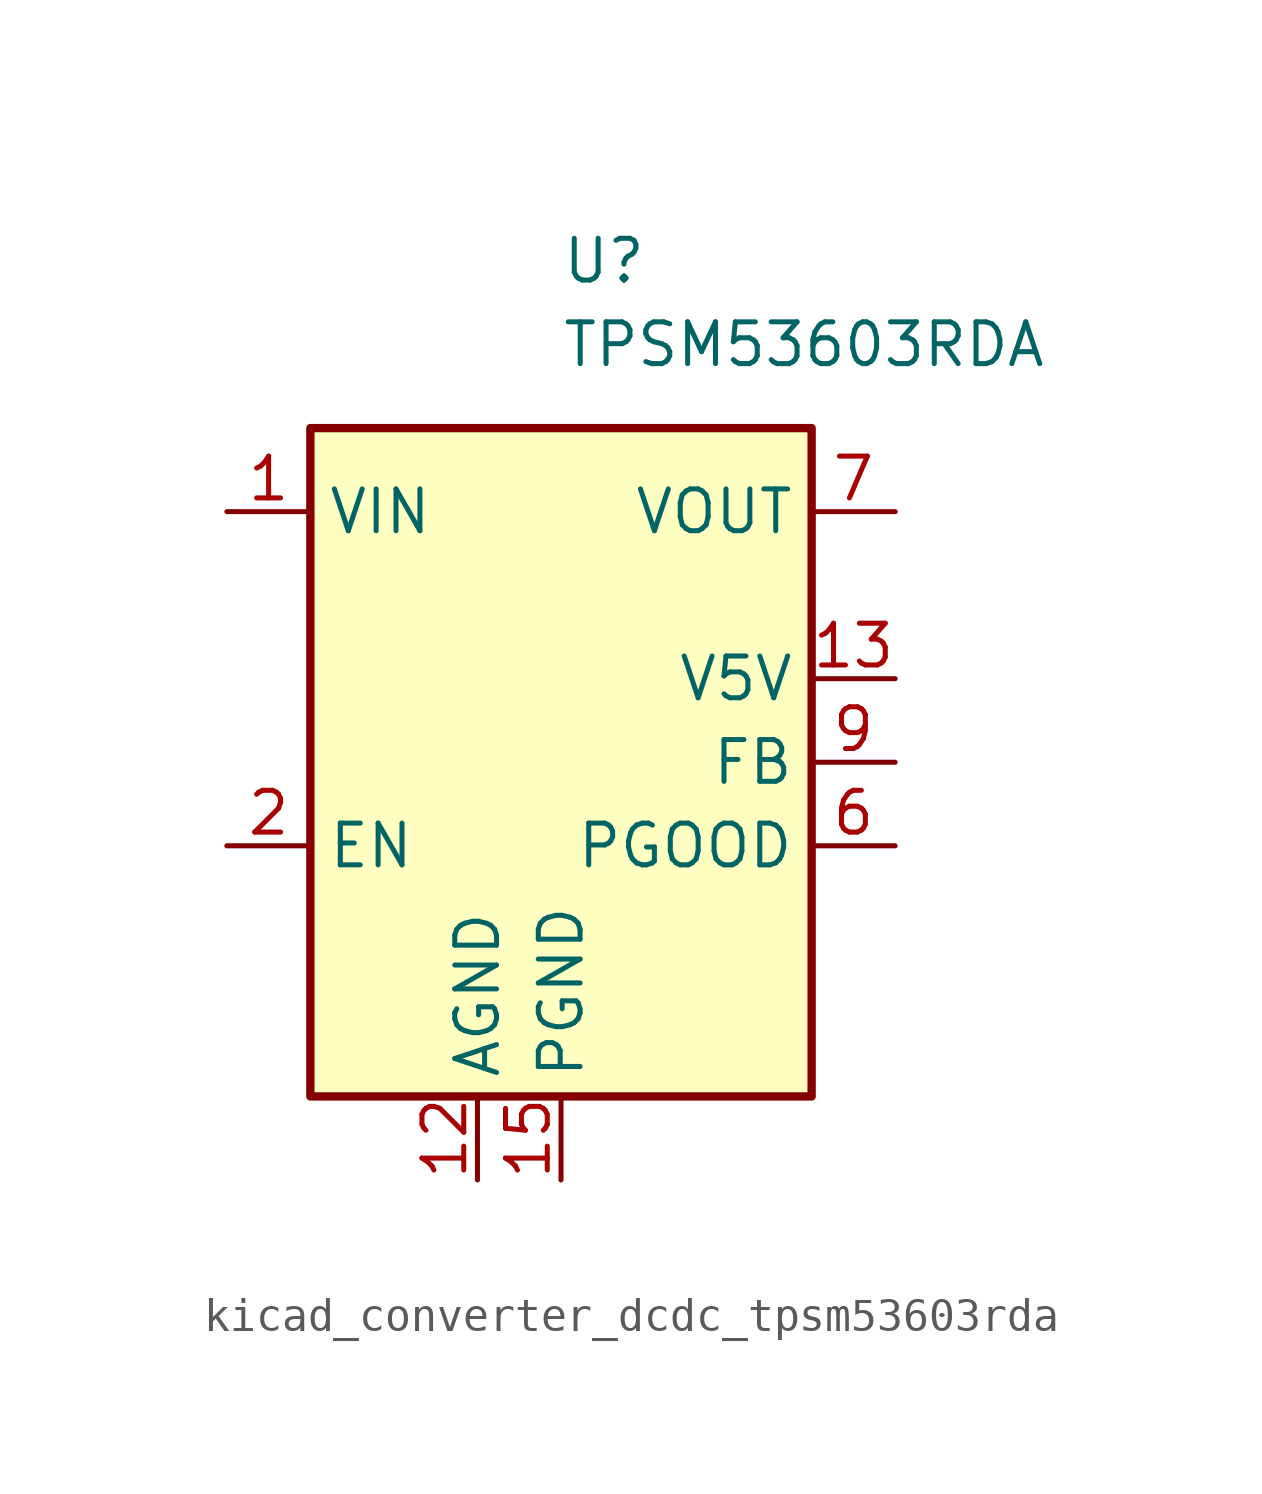
<source format=kicad_sym>
(kicad_symbol_lib
  (version 20220914)
  (generator kicad_symbol_editor)
  (symbol "kicad_converter_dcdc_tpsm53603rda"
    (property "Reference" "U"
      (at 0 15.24 0)
      (effects (font (size 1.27 1.27)) (justify left)))
    (property "Value" "TPSM53603RDA"
      (at 0 12.7 0)
      (effects (font (size 1.27 1.27)) (justify left)))
    (symbol "kicad_converter_dcdc_tpsm53603rda_0_1"
      (rectangle (start 7.62 10.16) (end -7.62 -10.16) (stroke (width 0.254) (type default)) (fill (type background))))
    (symbol "kicad_converter_dcdc_tpsm53603rda_1_1"
      (pin power_in line (at -10.16 7.62 0) (length 2.54) (name "VIN" (effects (font (size 1.27 1.27)))) (number "1" (effects (font (size 1.27 1.27)))))
      (pin passive line (at 0 -12.7 90) (length 2.54) hide (name "PGND" (effects (font (size 1.27 1.27)))) (number "10" (effects (font (size 1.27 1.27)))))
      (pin passive line (at 0 -12.7 90) (length 2.54) hide (name "PGND" (effects (font (size 1.27 1.27)))) (number "11" (effects (font (size 1.27 1.27)))))
      (pin power_in line (at -2.54 -12.7 90) (length 2.54) (name "AGND" (effects (font (size 1.27 1.27)))) (number "12" (effects (font (size 1.27 1.27)))))
      (pin output line (at 10.16 2.54 180) (length 2.54) (name "V5V" (effects (font (size 1.27 1.27)))) (number "13" (effects (font (size 1.27 1.27)))))
      (pin passive line (at -10.16 7.62 0) (length 2.54) hide (name "VIN" (effects (font (size 1.27 1.27)))) (number "14" (effects (font (size 1.27 1.27)))))
      (pin power_in line (at 0 -12.7 90) (length 2.54) (name "PGND" (effects (font (size 1.27 1.27)))) (number "15" (effects (font (size 1.27 1.27)))))
      (pin input line (at -10.16 -2.54 0) (length 2.54) (name "EN" (effects (font (size 1.27 1.27)))) (number "2" (effects (font (size 1.27 1.27)))))
      (pin passive line (at 0 -12.7 90) (length 2.54) hide (name "PGND" (effects (font (size 1.27 1.27)))) (number "3" (effects (font (size 1.27 1.27)))))
      (pin no_connect line (at -7.62 2.54 0) (length 2.54) hide (name "DNC" (effects (font (size 1.27 1.27)))) (number "4" (effects (font (size 1.27 1.27)))))
      (pin no_connect line (at -7.62 0 0) (length 2.54) hide (name "DNC" (effects (font (size 1.27 1.27)))) (number "5" (effects (font (size 1.27 1.27)))))
      (pin open_collector line (at 10.16 -2.54 180) (length 2.54) (name "PGOOD" (effects (font (size 1.27 1.27)))) (number "6" (effects (font (size 1.27 1.27)))))
      (pin power_out line (at 10.16 7.62 180) (length 2.54) (name "VOUT" (effects (font (size 1.27 1.27)))) (number "7" (effects (font (size 1.27 1.27)))))
      (pin passive line (at 10.16 7.62 180) (length 2.54) hide (name "VOUT" (effects (font (size 1.27 1.27)))) (number "8" (effects (font (size 1.27 1.27)))))
      (pin input line (at 10.16 0 180) (length 2.54) (name "FB" (effects (font (size 1.27 1.27)))) (number "9" (effects (font (size 1.27 1.27))))))))
</source>
